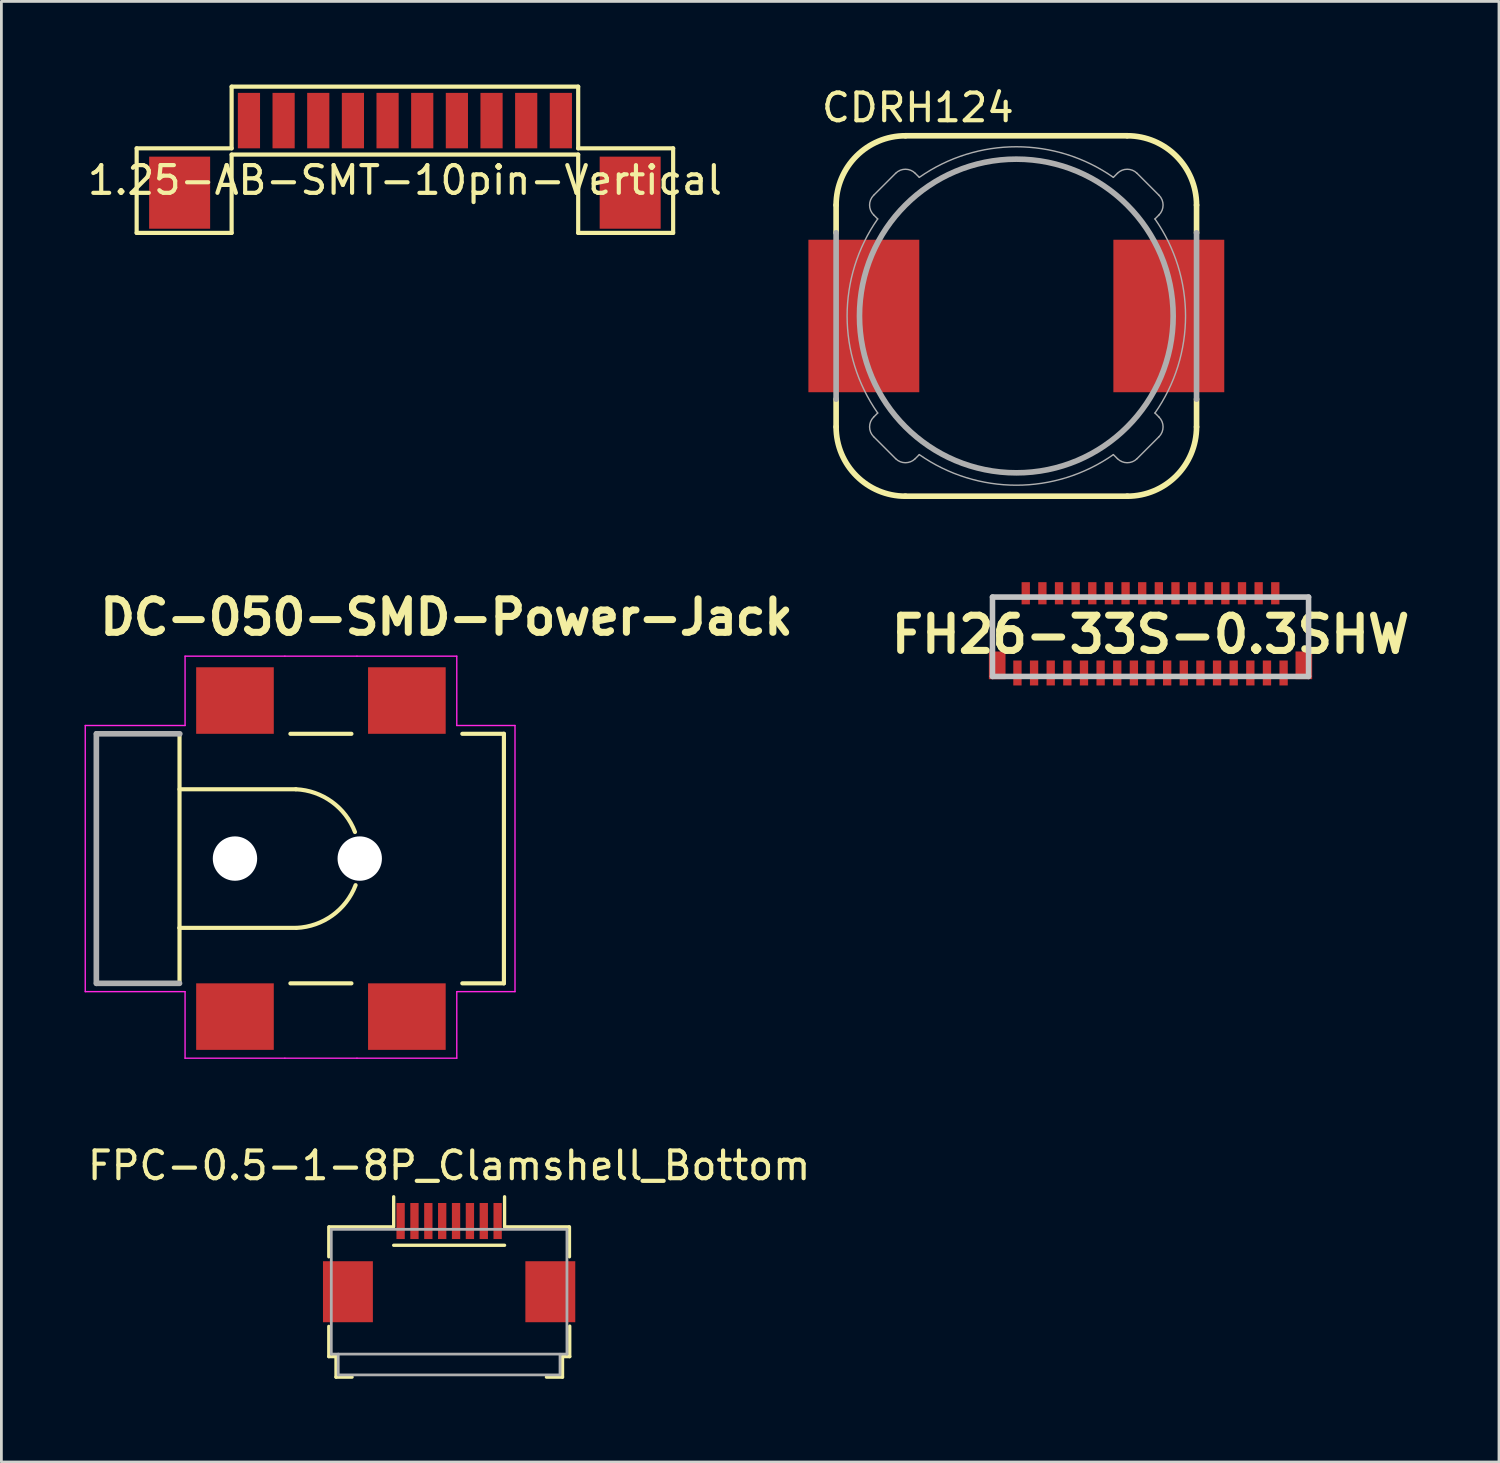
<source format=kicad_pcb>
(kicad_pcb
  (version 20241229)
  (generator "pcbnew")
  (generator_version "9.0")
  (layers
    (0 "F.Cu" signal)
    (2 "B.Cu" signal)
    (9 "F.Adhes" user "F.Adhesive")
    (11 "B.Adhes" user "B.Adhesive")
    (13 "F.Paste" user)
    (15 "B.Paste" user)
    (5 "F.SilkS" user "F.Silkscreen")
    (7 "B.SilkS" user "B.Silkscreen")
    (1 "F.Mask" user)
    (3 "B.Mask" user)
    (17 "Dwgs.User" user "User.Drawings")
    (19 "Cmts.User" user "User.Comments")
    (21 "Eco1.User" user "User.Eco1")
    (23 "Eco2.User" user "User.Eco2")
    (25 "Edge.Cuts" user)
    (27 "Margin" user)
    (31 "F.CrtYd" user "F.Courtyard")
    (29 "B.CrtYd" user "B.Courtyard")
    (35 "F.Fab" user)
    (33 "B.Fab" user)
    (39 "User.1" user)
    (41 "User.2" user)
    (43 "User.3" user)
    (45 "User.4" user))
  (footprint "FH26-33S-0.3SHW"
    (layer "F.Cu")
    (at 38.447 19.848)
    (property "Reference" "FH26-33S-0.3SHW" (at 0 -0.013 0) (layer "F.SilkS") (effects (font (size 1.27 1.27) (thickness 0.254))))
    (attr smd)
    (fp_line (start -5.7 -1.363) (end -5.7 0.287) (stroke (width 0.1) (type solid)) (layer "F.SilkS"))
    (fp_line (start -5.7 -1.363) (end -4.95 -1.363) (stroke (width 0.1) (type solid)) (layer "F.SilkS"))
    (fp_line (start 4.95 -1.363) (end 5.7 -1.363) (stroke (width 0.1) (type solid)) (layer "F.SilkS"))
    (fp_line (start 5.7 -1.363) (end 5.7 0.287) (stroke (width 0.1) (type solid)) (layer "F.SilkS"))
    (fp_line (start -5.7 -1.363) (end 5.7 -1.363) (stroke (width 0.2) (type solid)) (layer "Dwgs.User"))
    (fp_line (start -5.7 1.5) (end -5.7 -1.363) (stroke (width 0.2) (type solid)) (layer "Dwgs.User"))
    (fp_line (start 5.7 -1.363) (end 5.7 1.5) (stroke (width 0.2) (type solid)) (layer "Dwgs.User"))
    (fp_line (start 5.7 1.5) (end -5.7 1.5) (stroke (width 0.2) (type solid)) (layer "Dwgs.User"))
    (pad "1" smd rect (at -4.8 1.375) (size 0.3 0.9) (layers "F.Cu" "F.Mask" "F.Paste"))
    (pad "2" smd rect (at -4.5 -1.5) (size 0.3 0.8) (layers "F.Cu" "F.Mask" "F.Paste"))
    (pad "3" smd rect (at -4.2 1.375) (size 0.3 0.9) (layers "F.Cu" "F.Mask" "F.Paste"))
    (pad "4" smd rect (at -3.9 -1.5) (size 0.3 0.8) (layers "F.Cu" "F.Mask" "F.Paste"))
    (pad "5" smd rect (at -3.6 1.375) (size 0.3 0.9) (layers "F.Cu" "F.Mask" "F.Paste"))
    (pad "6" smd rect (at -3.3 -1.5) (size 0.3 0.8) (layers "F.Cu" "F.Mask" "F.Paste"))
    (pad "7" smd rect (at -3 1.375) (size 0.3 0.9) (layers "F.Cu" "F.Mask" "F.Paste"))
    (pad "8" smd rect (at -2.7 -1.5) (size 0.3 0.8) (layers "F.Cu" "F.Mask" "F.Paste"))
    (pad "9" smd rect (at -2.4 1.375) (size 0.3 0.9) (layers "F.Cu" "F.Mask" "F.Paste"))
    (pad "10" smd rect (at -2.1 -1.5) (size 0.3 0.8) (layers "F.Cu" "F.Mask" "F.Paste"))
    (pad "11" smd rect (at -1.8 1.375) (size 0.3 0.9) (layers "F.Cu" "F.Mask" "F.Paste"))
    (pad "12" smd rect (at -1.5 -1.5) (size 0.3 0.8) (layers "F.Cu" "F.Mask" "F.Paste"))
    (pad "13" smd rect (at -1.2 1.375) (size 0.3 0.9) (layers "F.Cu" "F.Mask" "F.Paste"))
    (pad "14" smd rect (at -0.9 -1.5) (size 0.3 0.8) (layers "F.Cu" "F.Mask" "F.Paste"))
    (pad "15" smd rect (at -0.6 1.375) (size 0.3 0.9) (layers "F.Cu" "F.Mask" "F.Paste"))
    (pad "16" smd rect (at -0.3 -1.5) (size 0.3 0.8) (layers "F.Cu" "F.Mask" "F.Paste"))
    (pad "17" smd rect (at 0 1.375) (size 0.3 0.9) (layers "F.Cu" "F.Mask" "F.Paste"))
    (pad "18" smd rect (at 0.3 -1.5) (size 0.3 0.8) (layers "F.Cu" "F.Mask" "F.Paste"))
    (pad "19" smd rect (at 0.6 1.375) (size 0.3 0.9) (layers "F.Cu" "F.Mask" "F.Paste"))
    (pad "20" smd rect (at 0.9 -1.5) (size 0.3 0.8) (layers "F.Cu" "F.Mask" "F.Paste"))
    (pad "21" smd rect (at 1.2 1.375) (size 0.3 0.9) (layers "F.Cu" "F.Mask" "F.Paste"))
    (pad "22" smd rect (at 1.5 -1.5) (size 0.3 0.8) (layers "F.Cu" "F.Mask" "F.Paste"))
    (pad "23" smd rect (at 1.8 1.375) (size 0.3 0.9) (layers "F.Cu" "F.Mask" "F.Paste"))
    (pad "24" smd rect (at 2.1 -1.5) (size 0.3 0.8) (layers "F.Cu" "F.Mask" "F.Paste"))
    (pad "25" smd rect (at 2.4 1.375) (size 0.3 0.9) (layers "F.Cu" "F.Mask" "F.Paste"))
    (pad "26" smd rect (at 2.7 -1.5) (size 0.3 0.8) (layers "F.Cu" "F.Mask" "F.Paste"))
    (pad "27" smd rect (at 3 1.375) (size 0.3 0.9) (layers "F.Cu" "F.Mask" "F.Paste"))
    (pad "28" smd rect (at 3.3 -1.5) (size 0.3 0.8) (layers "F.Cu" "F.Mask" "F.Paste"))
    (pad "29" smd rect (at 3.6 1.375) (size 0.3 0.9) (layers "F.Cu" "F.Mask" "F.Paste"))
    (pad "30" smd rect (at 3.9 -1.5) (size 0.3 0.8) (layers "F.Cu" "F.Mask" "F.Paste"))
    (pad "31" smd rect (at 4.2 1.375) (size 0.3 0.9) (layers "F.Cu" "F.Mask" "F.Paste"))
    (pad "32" smd rect (at 4.5 -1.5) (size 0.3 0.8) (layers "F.Cu" "F.Mask" "F.Paste"))
    (pad "33" smd rect (at 4.8 1.375) (size 0.3 0.9) (layers "F.Cu" "F.Mask" "F.Paste"))
    (pad "SH1" smd rect (at -5.53 1.1) (size 0.6 1) (layers "F.Cu" "F.Mask" "F.Paste"))
    (pad "SH2" smd rect (at 5.53 1.099) (size 0.6 1) (layers "F.Cu" "F.Mask" "F.Paste")))
  (footprint "1.25-AB-SMT-10pin-Vertical"
    (layer "F.Cu")
    (at 11.554 1.3)
    (property "Reference" "1.25-AB-SMT-10pin-Vertical" (at 0 2.15 0) (layer "F.SilkS") (effects (font (size 1 1) (thickness 0.15))))
    (attr smd)
    (fp_line (start -9.675 1) (end -6.25 1) (stroke (width 0.15) (type solid)) (layer "F.SilkS"))
    (fp_line (start -9.675 4.05) (end -9.675 1) (stroke (width 0.15) (type solid)) (layer "F.SilkS"))
    (fp_line (start -6.25 -1.225) (end 6.25 -1.225) (stroke (width 0.15) (type solid)) (layer "F.SilkS"))
    (fp_line (start -6.25 1) (end -6.25 -1.225) (stroke (width 0.15) (type solid)) (layer "F.SilkS"))
    (fp_line (start -6.25 1.225) (end -6.25 4.05) (stroke (width 0.15) (type solid)) (layer "F.SilkS"))
    (fp_line (start -6.25 1.225) (end 6.25 1.225) (stroke (width 0.15) (type solid)) (layer "F.SilkS"))
    (fp_line (start -6.25 4.05) (end -9.675 4.05) (stroke (width 0.15) (type solid)) (layer "F.SilkS"))
    (fp_line (start 6.25 1) (end 6.25 -1.225) (stroke (width 0.15) (type solid)) (layer "F.SilkS"))
    (fp_line (start 6.25 1.225) (end 6.25 4.05) (stroke (width 0.15) (type solid)) (layer "F.SilkS"))
    (fp_line (start 6.25 4.05) (end 9.675 4.05) (stroke (width 0.15) (type solid)) (layer "F.SilkS"))
    (fp_line (start 9.675 1) (end 6.25 1) (stroke (width 0.15) (type solid)) (layer "F.SilkS"))
    (fp_line (start 9.675 4.05) (end 9.675 1) (stroke (width 0.15) (type solid)) (layer "F.SilkS"))
    (pad "1" smd rect (at -5.625 0) (size 0.8 2) (layers "F.Cu" "F.Mask" "F.Paste"))
    (pad "2" smd rect (at -4.375 0) (size 0.8 2) (layers "F.Cu" "F.Mask" "F.Paste"))
    (pad "3" smd rect (at -3.125 0) (size 0.8 2) (layers "F.Cu" "F.Mask" "F.Paste"))
    (pad "4" smd rect (at -1.875 0) (size 0.8 2) (layers "F.Cu" "F.Mask" "F.Paste"))
    (pad "5" smd rect (at -0.625 0) (size 0.8 2) (layers "F.Cu" "F.Mask" "F.Paste"))
    (pad "6" smd rect (at 0.625 0) (size 0.8 2) (layers "F.Cu" "F.Mask" "F.Paste"))
    (pad "7" smd rect (at 1.875 0) (size 0.8 2) (layers "F.Cu" "F.Mask" "F.Paste"))
    (pad "8" smd rect (at 3.125 0) (size 0.8 2) (layers "F.Cu" "F.Mask" "F.Paste"))
    (pad "9" smd rect (at 4.375 0) (size 0.8 2) (layers "F.Cu" "F.Mask" "F.Paste"))
    (pad "10" smd rect (at 5.625 0) (size 0.8 2) (layers "F.Cu" "F.Mask" "F.Paste"))
    (pad "SH" smd rect (at -8.125 2.6) (size 2.2 2.6) (layers "F.Cu" "F.Mask" "F.Paste"))
    (pad "SH" smd rect (at 8.125 2.6) (size 2.2 2.6) (layers "F.Cu" "F.Mask" "F.Paste")))
  (footprint "DC-050-SMD-Power-Jack"
    (layer "F.Cu")
    (at 0.425 27.917)
    (property "Reference" "DC-050-SMD-Power-Jack" (at 0 -8 0) (layer "F.SilkS") (effects (font (size 1.206 1.206) (thickness 0.254)) (justify left bottom)))
    (attr through_hole)
    (fp_line (start 0 -4.5) (end 0 4.5) (stroke (width 0.15) (type solid)) (layer "F.SilkS"))
    (fp_line (start 0 -4.5) (end 3 -4.5) (stroke (width 0.15) (type solid)) (layer "F.SilkS"))
    (fp_line (start 3 -4.5) (end 3 -2.5) (stroke (width 0.15) (type solid)) (layer "F.SilkS"))
    (fp_line (start 3 -2.5) (end 3 2.5) (stroke (width 0.15) (type solid)) (layer "F.SilkS"))
    (fp_line (start 3 2.5) (end 3 4.5) (stroke (width 0.15) (type solid)) (layer "F.SilkS"))
    (fp_line (start 3 4.5) (end 0 4.5) (stroke (width 0.15) (type solid)) (layer "F.SilkS"))
    (fp_line (start 3.02 -2.5) (end 7.196 -2.5) (stroke (width 0.15) (type solid)) (layer "F.SilkS"))
    (fp_line (start 7 -4.5) (end 9.2 -4.5) (stroke (width 0.15) (type solid)) (layer "F.SilkS"))
    (fp_line (start 7.196 2.5) (end 3 2.5) (stroke (width 0.15) (type solid)) (layer "F.SilkS"))
    (fp_line (start 9.2 4.5) (end 7 4.5) (stroke (width 0.15) (type solid)) (layer "F.SilkS"))
    (fp_line (start 13.2 -4.5) (end 14.7 -4.5) (stroke (width 0.15) (type solid)) (layer "F.SilkS"))
    (fp_line (start 14.7 -4.5) (end 14.7 4.5) (stroke (width 0.15) (type solid)) (layer "F.SilkS"))
    (fp_line (start 14.7 4.5) (end 13.2 4.5) (stroke (width 0.15) (type solid)) (layer "F.SilkS"))
    (fp_arc (start 7.196 -2.5) (mid 8.492243 -2.048341) (end 9.327682 -0.959175) (stroke (width 0.15) (type solid)) (layer "F.SilkS"))
    (fp_arc (start 9.350296 0.959175) (mid 8.514857 2.048342) (end 7.218614 2.5) (stroke (width 0.15) (type solid)) (layer "F.SilkS"))
    (fp_line (start -0.4 -4.8) (end 3.2 -4.8) (stroke (width 0.05) (type solid)) (layer "F.CrtYd"))
    (fp_line (start -0.4 4.8) (end -0.4 -4.8) (stroke (width 0.05) (type solid)) (layer "F.CrtYd"))
    (fp_line (start 3.2 -7.3) (end 6.8 -7.3) (stroke (width 0.05) (type solid)) (layer "F.CrtYd"))
    (fp_line (start 3.2 -4.8) (end 3.2 -7.3) (stroke (width 0.05) (type solid)) (layer "F.CrtYd"))
    (fp_line (start 3.2 4.8) (end -0.4 4.8) (stroke (width 0.05) (type solid)) (layer "F.CrtYd"))
    (fp_line (start 3.2 7.2) (end 3.2 4.8) (stroke (width 0.05) (type solid)) (layer "F.CrtYd"))
    (fp_line (start 6.8 -7.3) (end 9.4 -7.3) (stroke (width 0.05) (type solid)) (layer "F.CrtYd"))
    (fp_line (start 6.8 7.2) (end 3.2 7.2) (stroke (width 0.05) (type solid)) (layer "F.CrtYd"))
    (fp_line (start 9.4 -7.3) (end 13 -7.3) (stroke (width 0.05) (type solid)) (layer "F.CrtYd"))
    (fp_line (start 9.4 7.2) (end 6.8 7.2) (stroke (width 0.05) (type solid)) (layer "F.CrtYd"))
    (fp_line (start 13 -7.3) (end 13 -4.8) (stroke (width 0.05) (type solid)) (layer "F.CrtYd"))
    (fp_line (start 13 -4.8) (end 15.1 -4.8) (stroke (width 0.05) (type solid)) (layer "F.CrtYd"))
    (fp_line (start 13 4.8) (end 13 7.2) (stroke (width 0.05) (type solid)) (layer "F.CrtYd"))
    (fp_line (start 13 7.2) (end 9.4 7.2) (stroke (width 0.05) (type solid)) (layer "F.CrtYd"))
    (fp_line (start 15.1 -4.8) (end 15.1 4.8) (stroke (width 0.05) (type solid)) (layer "F.CrtYd"))
    (fp_line (start 15.1 4.8) (end 13 4.8) (stroke (width 0.05) (type solid)) (layer "F.CrtYd"))
    (fp_line (start 0 -4.5) (end 0 4.5) (stroke (width 0.203) (type solid)) (layer "F.Fab"))
    (fp_line (start 0.006 -4.5) (end 3.01 -4.5) (stroke (width 0.203) (type solid)) (layer "F.Fab"))
    (fp_line (start 3 4.5) (end 0.006 4.5) (stroke (width 0.203) (type solid)) (layer "F.Fab"))
    (pad "" np_thru_hole circle (at 5 0) (size 1.6 1.6) (drill 1.6) (layers "*.Cu" "*.Mask"))
    (pad "" np_thru_hole circle (at 9.5 0) (size 1.6 1.6) (drill 1.6) (layers "*.Cu" "*.Mask"))
    (pad "1" smd rect (at 5 -5.7) (size 2.8 2.4) (layers "F.Cu" "F.Mask" "F.Paste"))
    (pad "2" smd rect (at 5 5.7) (size 2.8 2.4) (layers "F.Cu" "F.Mask" "F.Paste"))
    (pad "3" smd rect (at 11.2 5.7) (size 2.8 2.4) (layers "F.Cu" "F.Mask" "F.Paste"))
    (pad "4" smd rect (at 11.2 -5.7) (size 2.8 2.4) (layers "F.Cu" "F.Mask" "F.Paste")))
  (footprint "FPC-0.5-1-8P_Clamshell_Bottom"
    (layer "F.Cu")
    (at 13.149 40.99)
    (property "Reference" "FPC-0.5-1-8P_Clamshell_Bottom" (at 0 -2 0) (layer "F.SilkS") (effects (font (size 1 1) (thickness 0.15))))
    (attr smd)
    (fp_line (start -4.34 1.29) (end -4.34 0.21) (stroke (width 0.12) (type solid)) (layer "F.SilkS"))
    (fp_line (start -4.34 4.89) (end -4.34 3.8) (stroke (width 0.12) (type solid)) (layer "F.SilkS"))
    (fp_line (start -4.32 0.21) (end -2.01 0.21) (stroke (width 0.12) (type solid)) (layer "F.SilkS"))
    (fp_line (start -4.08 4.89) (end -4.34 4.89) (stroke (width 0.12) (type solid)) (layer "F.SilkS"))
    (fp_line (start -4.08 4.89) (end -4.08 5.63) (stroke (width 0.12) (type solid)) (layer "F.SilkS"))
    (fp_line (start -4.08 5.63) (end -3.5 5.63) (stroke (width 0.12) (type solid)) (layer "F.SilkS"))
    (fp_line (start -2 0.21) (end -2 -0.875) (stroke (width 0.12) (type solid)) (layer "F.SilkS"))
    (fp_line (start -2 0.875) (end 2 0.875) (stroke (width 0.12) (type solid)) (layer "F.SilkS"))
    (fp_line (start 2 0.21) (end 2 -0.875) (stroke (width 0.12) (type solid)) (layer "F.SilkS"))
    (fp_line (start 2.01 0.21) (end 4.32 0.21) (stroke (width 0.12) (type solid)) (layer "F.SilkS"))
    (fp_line (start 4.09 4.89) (end 4.09 5.63) (stroke (width 0.12) (type solid)) (layer "F.SilkS"))
    (fp_line (start 4.09 4.89) (end 4.35 4.89) (stroke (width 0.12) (type solid)) (layer "F.SilkS"))
    (fp_line (start 4.09 5.63) (end 3.51 5.63) (stroke (width 0.12) (type solid)) (layer "F.SilkS"))
    (fp_line (start 4.34 1.29) (end 4.34 0.21) (stroke (width 0.12) (type solid)) (layer "F.SilkS"))
    (fp_line (start 4.35 4.89) (end 4.35 3.79) (stroke (width 0.12) (type solid)) (layer "F.SilkS"))
    (fp_line (start -4.25 0.3) (end 4.25 0.3) (stroke (width 0.1) (type solid)) (layer "F.Fab"))
    (fp_line (start -4.25 4.8) (end -4.25 0.3) (stroke (width 0.1) (type solid)) (layer "F.Fab"))
    (fp_line (start -4.25 4.8) (end 4.25 4.8) (stroke (width 0.1) (type solid)) (layer "F.Fab"))
    (fp_line (start -4 5.55) (end -4 4.8) (stroke (width 0.1) (type solid)) (layer "F.Fab"))
    (fp_line (start -3.99 5.55) (end 3.95 5.55) (stroke (width 0.1) (type solid)) (layer "F.Fab"))
    (fp_line (start 4 5.555) (end 4 4.805) (stroke (width 0.1) (type solid)) (layer "F.Fab"))
    (fp_line (start 4.25 0.3) (end 4.25 4.8) (stroke (width 0.1) (type solid)) (layer "F.Fab"))
    (pad "1" smd rect (at -1.75 0) (size 0.3 1.3) (layers "F.Cu" "F.Mask" "F.Paste"))
    (pad "2" smd rect (at -1.25 0) (size 0.3 1.3) (layers "F.Cu" "F.Mask" "F.Paste"))
    (pad "3" smd rect (at -0.75 0) (size 0.3 1.3) (layers "F.Cu" "F.Mask" "F.Paste"))
    (pad "4" smd rect (at -0.25 0) (size 0.3 1.3) (layers "F.Cu" "F.Mask" "F.Paste"))
    (pad "5" smd rect (at 0.25 0) (size 0.3 1.3) (layers "F.Cu" "F.Mask" "F.Paste"))
    (pad "6" smd rect (at 0.75 0) (size 0.3 1.3) (layers "F.Cu" "F.Mask" "F.Paste"))
    (pad "7" smd rect (at 1.25 0) (size 0.3 1.3) (layers "F.Cu" "F.Mask" "F.Paste"))
    (pad "8" smd rect (at 1.75 0) (size 0.3 1.3) (layers "F.Cu" "F.Mask" "F.Paste"))
    (pad "SH" smd rect (at -3.65 2.55) (size 1.8 2.2) (layers "F.Cu" "F.Mask" "F.Paste"))
    (pad "SH" smd rect (at 3.65 2.55) (size 1.8 2.2) (layers "F.Cu" "F.Mask" "F.Paste")))
  (footprint "CDRH124"
    (layer "F.Cu")
    (at 33.607 8.347)
    (property "Reference" "CDRH124" (at 0 -8.1 0) (layer "F.SilkS") (effects (font (size 1 1) (thickness 0.15)) (justify right top)))
    (attr through_hole)
    (fp_line (start -6.5 -3) (end -6.5 -4) (stroke (width 0.203) (type solid)) (layer "F.SilkS"))
    (fp_line (start -6.5 4) (end -6.5 3) (stroke (width 0.203) (type solid)) (layer "F.SilkS"))
    (fp_line (start -4 -6.5) (end 4 -6.5) (stroke (width 0.203) (type solid)) (layer "F.SilkS"))
    (fp_line (start 4 6.5) (end -4 6.5) (stroke (width 0.203) (type solid)) (layer "F.SilkS"))
    (fp_line (start 6.5 -4) (end 6.5 -3) (stroke (width 0.203) (type solid)) (layer "F.SilkS"))
    (fp_line (start 6.5 3) (end 6.5 4) (stroke (width 0.203) (type solid)) (layer "F.SilkS"))
    (fp_arc (start -6.5 -4) (mid -5.767767 -5.767767) (end -4 -6.5) (stroke (width 0.2032) (type solid)) (layer "F.SilkS"))
    (fp_arc (start -4 6.5) (mid -5.767767 5.767767) (end -6.5 4) (stroke (width 0.2032) (type solid)) (layer "F.SilkS"))
    (fp_arc (start 4 -6.5) (mid 5.767767 -5.767767) (end 6.5 -4) (stroke (width 0.2032) (type solid)) (layer "F.SilkS"))
    (fp_arc (start 6.5 4) (mid 5.767767 5.767767) (end 4 6.5) (stroke (width 0.2032) (type solid)) (layer "F.SilkS"))
    (fp_line (start -6.5 3) (end -6.5 -3) (stroke (width 0.203) (type solid)) (layer "F.Fab"))
    (fp_line (start -5.146 -3.646) (end -5 -3.5) (stroke (width 0.051) (type solid)) (layer "F.Fab"))
    (fp_line (start -5.146 4.354) (end -4.354 5.146) (stroke (width 0.051) (type solid)) (layer "F.Fab"))
    (fp_line (start -5 3.5) (end -5.146 3.646) (stroke (width 0.051) (type solid)) (layer "F.Fab"))
    (fp_line (start -4.354 -5.146) (end -5.146 -4.354) (stroke (width 0.051) (type solid)) (layer "F.Fab"))
    (fp_line (start -3.646 5.146) (end -3.5 5) (stroke (width 0.051) (type solid)) (layer "F.Fab"))
    (fp_line (start -3.5 -5) (end -3.646 -5.146) (stroke (width 0.051) (type solid)) (layer "F.Fab"))
    (fp_line (start 3.5 5) (end 3.646 5.146) (stroke (width 0.051) (type solid)) (layer "F.Fab"))
    (fp_line (start 3.646 -5.146) (end 3.5 -5) (stroke (width 0.051) (type solid)) (layer "F.Fab"))
    (fp_line (start 4.354 5.146) (end 5.146 4.354) (stroke (width 0.051) (type solid)) (layer "F.Fab"))
    (fp_line (start 5 -3.5) (end 5.146 -3.646) (stroke (width 0.051) (type solid)) (layer "F.Fab"))
    (fp_line (start 5.146 -4.354) (end 4.354 -5.146) (stroke (width 0.051) (type solid)) (layer "F.Fab"))
    (fp_line (start 5.146 3.646) (end 5 3.5) (stroke (width 0.051) (type solid)) (layer "F.Fab"))
    (fp_line (start 6.5 -3) (end 6.5 3) (stroke (width 0.203) (type solid)) (layer "F.Fab"))
    (fp_arc (start -5.1464 -3.6464) (mid -5.292866 -4) (end -5.1464 -4.3536) (stroke (width 0.0508) (type solid)) (layer "F.Fab"))
    (fp_arc (start -5.1464 4.3536) (mid -5.292866 4) (end -5.1464 3.6464) (stroke (width 0.0508) (type solid)) (layer "F.Fab"))
    (fp_arc (start -5 3.5) (mid -6.103277 0) (end -5 -3.499999) (stroke (width 0.0508) (type solid)) (layer "F.Fab"))
    (fp_arc (start -4.3536 -5.1464) (mid -4 -5.292866) (end -3.6464 -5.1464) (stroke (width 0.0508) (type solid)) (layer "F.Fab"))
    (fp_arc (start -3.6464 5.1464) (mid -4 5.292866) (end -4.3536 5.1464) (stroke (width 0.0508) (type solid)) (layer "F.Fab"))
    (fp_arc (start -3.5 -5) (mid 0 -6.103277) (end 3.499999 -5) (stroke (width 0.0508) (type solid)) (layer "F.Fab"))
    (fp_arc (start 3.5 5) (mid 0 6.103277) (end -3.499999 5) (stroke (width 0.0508) (type solid)) (layer "F.Fab"))
    (fp_arc (start 3.6464 -5.1464) (mid 4 -5.292866) (end 4.3536 -5.1464) (stroke (width 0.0508) (type solid)) (layer "F.Fab"))
    (fp_arc (start 4.3536 5.1464) (mid 4 5.292866) (end 3.6464 5.1464) (stroke (width 0.0508) (type solid)) (layer "F.Fab"))
    (fp_arc (start 5 -3.5) (mid 6.103277 0) (end 5 3.499999) (stroke (width 0.0508) (type solid)) (layer "F.Fab"))
    (fp_arc (start 5.1464 -4.3536) (mid 5.292866 -4) (end 5.1464 -3.6464) (stroke (width 0.0508) (type solid)) (layer "F.Fab"))
    (fp_arc (start 5.1464 3.6464) (mid 5.292866 4) (end 5.1464 4.3536) (stroke (width 0.0508) (type solid)) (layer "F.Fab"))
    (fp_circle (center 0 0) (end 5.657 0) (stroke (width 0.203) (type solid)) (fill no) (layer "F.Fab"))
    (pad "1" smd rect (at -5.5 0 90) (size 5.5 4) (layers "F.Cu" "F.Mask" "F.Paste"))
    (pad "2" smd rect (at 5.5 0 90) (size 5.5 4) (layers "F.Cu" "F.Mask" "F.Paste")))
  (gr_rect
    (start -3 -3)
    (end 51.015 49.68)
    (stroke (width 0.1) (type default))
    (fill no)
    (layer "Edge.Cuts")))
</source>
